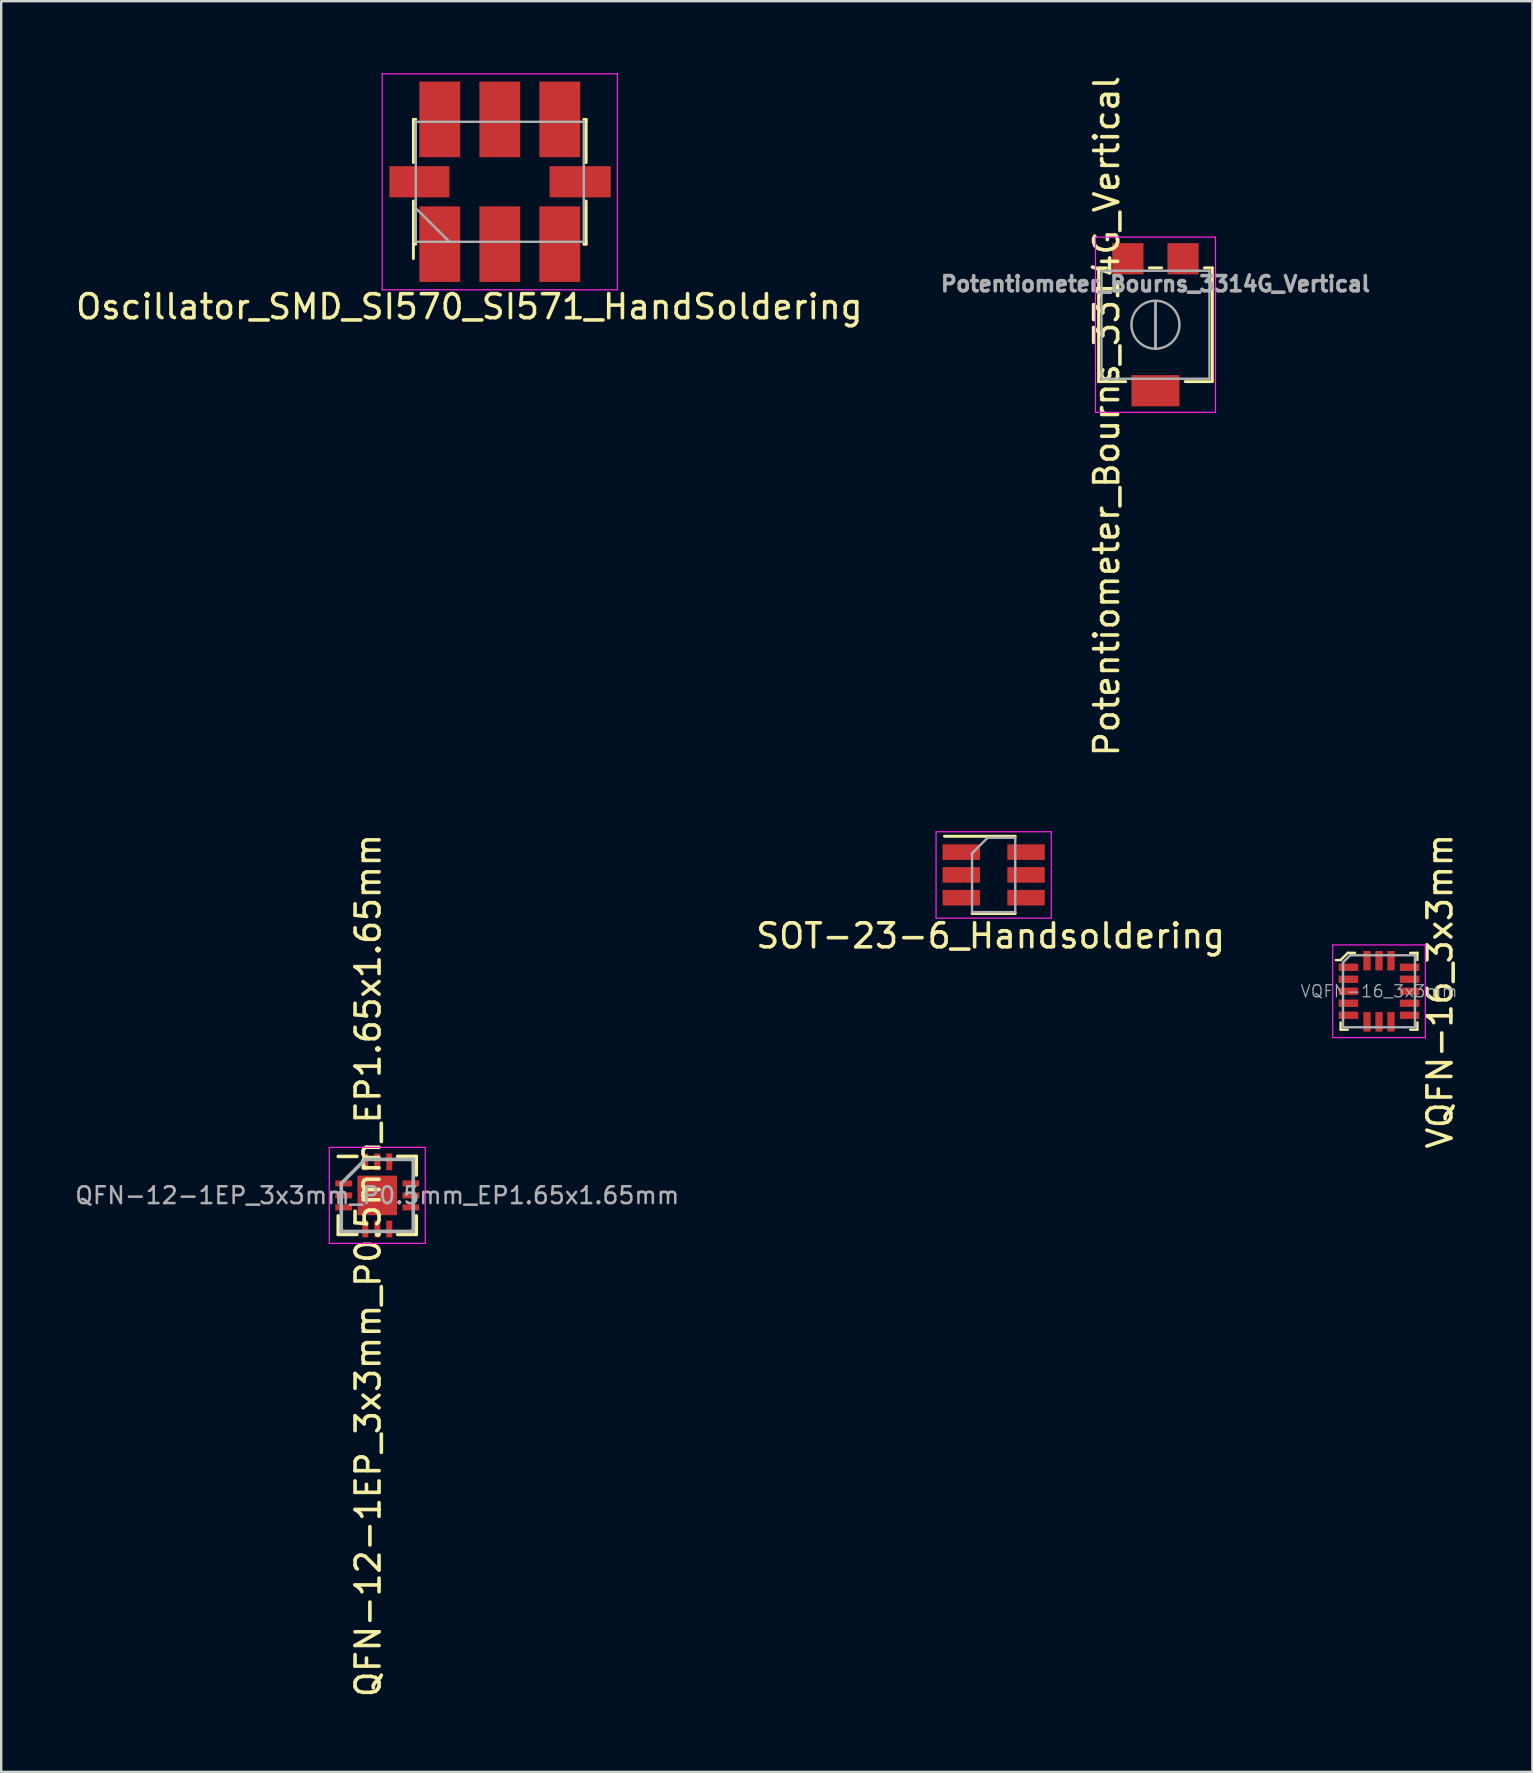
<source format=kicad_pcb>
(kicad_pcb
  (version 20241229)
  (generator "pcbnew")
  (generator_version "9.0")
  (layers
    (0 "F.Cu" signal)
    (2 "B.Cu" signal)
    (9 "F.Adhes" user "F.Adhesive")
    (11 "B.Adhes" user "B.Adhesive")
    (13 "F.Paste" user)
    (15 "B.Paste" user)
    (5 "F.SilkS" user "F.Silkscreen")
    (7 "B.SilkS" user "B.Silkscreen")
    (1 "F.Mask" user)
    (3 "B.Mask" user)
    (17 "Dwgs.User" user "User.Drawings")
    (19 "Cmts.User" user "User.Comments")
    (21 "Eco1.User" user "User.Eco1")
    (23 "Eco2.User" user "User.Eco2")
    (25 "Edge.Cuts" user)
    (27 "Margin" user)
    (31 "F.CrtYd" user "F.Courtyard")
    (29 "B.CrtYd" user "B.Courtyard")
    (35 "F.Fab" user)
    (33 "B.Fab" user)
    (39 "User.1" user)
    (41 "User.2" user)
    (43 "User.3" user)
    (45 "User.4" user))
  (footprint "Oscillator_SMD_SI570_SI571_HandSoldering"
    (layer "F.Cu")
    (at 17.776 4.525)
    (property "Reference" "Oscillator_SMD_SI570_SI571_HandSoldering" (at -1.27 5.207 0) (layer "F.SilkS") (effects (font (size 1 1) (thickness 0.15))))
    (attr smd)
    (fp_line (start -3.6 -2.6) (end -3.5 -2.6) (stroke (width 0.12) (type solid)) (layer "F.SilkS"))
    (fp_line (start -3.6 -2.5) (end -3.6 -2.6) (stroke (width 0.12) (type solid)) (layer "F.SilkS"))
    (fp_line (start -3.6 -2.5) (end -3.6 -0.8) (stroke (width 0.12) (type solid)) (layer "F.SilkS"))
    (fp_line (start -3.6 0.8) (end -3.6 3.2) (stroke (width 0.12) (type solid)) (layer "F.SilkS"))
    (fp_line (start -3.6 2.6) (end -3.5 2.6) (stroke (width 0.12) (type solid)) (layer "F.SilkS"))
    (fp_line (start 3.6 -2.6) (end 3.5 -2.6) (stroke (width 0.12) (type solid)) (layer "F.SilkS"))
    (fp_line (start 3.6 -2.5) (end 3.6 -2.6) (stroke (width 0.12) (type solid)) (layer "F.SilkS"))
    (fp_line (start 3.6 -0.8) (end 3.6 -2.5) (stroke (width 0.12) (type solid)) (layer "F.SilkS"))
    (fp_line (start 3.6 2.5) (end 3.6 0.8) (stroke (width 0.12) (type solid)) (layer "F.SilkS"))
    (fp_line (start 3.6 2.5) (end 3.6 2.6) (stroke (width 0.12) (type solid)) (layer "F.SilkS"))
    (fp_line (start 3.6 2.6) (end 3.5 2.6) (stroke (width 0.12) (type solid)) (layer "F.SilkS"))
    (fp_line (start -4.9 -4.5) (end 4.9 -4.5) (stroke (width 0.05) (type solid)) (layer "F.CrtYd"))
    (fp_line (start -4.9 4.5) (end -4.9 -4.5) (stroke (width 0.05) (type solid)) (layer "F.CrtYd"))
    (fp_line (start 4.9 -4.5) (end 4.9 4.5) (stroke (width 0.05) (type solid)) (layer "F.CrtYd"))
    (fp_line (start 4.9 4.5) (end -4.9 4.5) (stroke (width 0.05) (type solid)) (layer "F.CrtYd"))
    (fp_line (start -3.5 -2.5) (end -3.5 2.5) (stroke (width 0.1) (type solid)) (layer "F.Fab"))
    (fp_line (start -3.5 1.1) (end -2.1 2.5) (stroke (width 0.1) (type solid)) (layer "F.Fab"))
    (fp_line (start -3.5 2.5) (end 3.5 2.5) (stroke (width 0.1) (type solid)) (layer "F.Fab"))
    (fp_line (start 3.5 -2.5) (end -3.5 -2.5) (stroke (width 0.1) (type solid)) (layer "F.Fab"))
    (fp_line (start 3.5 2.5) (end 3.5 -2.5) (stroke (width 0.1) (type solid)) (layer "F.Fab"))
    (pad "1" smd rect (at -2.5 2.6) (size 1.7 3.15) (layers "F.Cu" "F.Mask" "F.Paste"))
    (pad "2" smd rect (at 0 2.6) (size 1.7 3.15) (layers "F.Cu" "F.Mask" "F.Paste"))
    (pad "3" smd rect (at 2.5 2.6) (size 1.7 3.15) (layers "F.Cu" "F.Mask" "F.Paste"))
    (pad "4" smd rect (at 2.5 -2.6) (size 1.7 3.15) (layers "F.Cu" "F.Mask" "F.Paste"))
    (pad "5" smd rect (at 0 -2.6) (size 1.7 3.15) (layers "F.Cu" "F.Mask" "F.Paste"))
    (pad "6" smd rect (at -2.5 -2.6) (size 1.7 3.15) (layers "F.Cu" "F.Mask" "F.Paste"))
    (pad "7" smd rect (at -3.35 0) (size 2.5 1.3) (layers "F.Cu" "F.Mask" "F.Paste"))
    (pad "8" smd rect (at 3.35 0) (size 2.55 1.3) (layers "F.Cu" "F.Mask" "F.Paste")))
  (footprint "VQFN-16_3x3mm"
    (layer "F.Cu")
    (at 54.414 38.256)
    (property "Reference" "VQFN-16_3x3mm" (at 2.54 0 90) (layer "F.SilkS") (effects (font (size 1 1) (thickness 0.15))))
    (attr through_hole)
    (fp_line (start -1.6 -1.3) (end -1.8 -1.3) (stroke (width 0.1) (type solid)) (layer "F.SilkS"))
    (fp_line (start -1.6 1.6) (end -1.6 1.3) (stroke (width 0.1) (type solid)) (layer "F.SilkS"))
    (fp_line (start -1.6 1.6) (end -1.3 1.6) (stroke (width 0.1) (type solid)) (layer "F.SilkS"))
    (fp_line (start -1.3 -1.6) (end -1.6 -1.3) (stroke (width 0.1) (type solid)) (layer "F.SilkS"))
    (fp_line (start -1 -1.6) (end -1.3 -1.6) (stroke (width 0.1) (type solid)) (layer "F.SilkS"))
    (fp_line (start 1.6 -1.6) (end 1.3 -1.6) (stroke (width 0.1) (type solid)) (layer "F.SilkS"))
    (fp_line (start 1.6 -1.6) (end 1.6 -1.3) (stroke (width 0.1) (type solid)) (layer "F.SilkS"))
    (fp_line (start 1.6 1.6) (end 1.3 1.6) (stroke (width 0.1) (type solid)) (layer "F.SilkS"))
    (fp_line (start 1.6 1.6) (end 1.6 1.3) (stroke (width 0.1) (type solid)) (layer "F.SilkS"))
    (fp_line (start -1.93 -1.93) (end -1.93 1.93) (stroke (width 0.05) (type solid)) (layer "F.CrtYd"))
    (fp_line (start -1.93 -1.93) (end 1.93 -1.93) (stroke (width 0.05) (type solid)) (layer "F.CrtYd"))
    (fp_line (start -1.93 1.93) (end 1.93 1.93) (stroke (width 0.05) (type solid)) (layer "F.CrtYd"))
    (fp_line (start 1.93 -1.93) (end 1.93 1.93) (stroke (width 0.05) (type solid)) (layer "F.CrtYd"))
    (fp_line (start -1.5 -1.2) (end -1.5 1.5) (stroke (width 0.1) (type solid)) (layer "F.Fab"))
    (fp_line (start -1.5 -1.2) (end -1.2 -1.5) (stroke (width 0.1) (type solid)) (layer "F.Fab"))
    (fp_line (start -1.2 -1.5) (end 1.5 -1.5) (stroke (width 0.1) (type solid)) (layer "F.Fab"))
    (fp_line (start 1.5 1.5) (end -1.5 1.5) (stroke (width 0.1) (type solid)) (layer "F.Fab"))
    (fp_line (start 1.5 1.5) (end 1.5 -1.5) (stroke (width 0.1) (type solid)) (layer "F.Fab"))
    (fp_text user "${REFERENCE}" (at 0 0 0) (layer "F.Fab") (effects (font (size 0.5 0.5) (thickness 0.05))))
    (pad "1" smd rect (at -1.275 -1) (size 0.813 0.305) (layers "F.Cu" "F.Mask" "F.Paste"))
    (pad "2" smd rect (at -1.275 -0.5) (size 0.813 0.305) (layers "F.Cu" "F.Mask" "F.Paste"))
    (pad "3" smd rect (at -1.275 0) (size 0.813 0.305) (layers "F.Cu" "F.Mask" "F.Paste"))
    (pad "4" smd rect (at -1.275 0.5) (size 0.813 0.305) (layers "F.Cu" "F.Mask" "F.Paste"))
    (pad "5" smd rect (at -1.275 1) (size 0.813 0.305) (layers "F.Cu" "F.Mask" "F.Paste"))
    (pad "6" smd rect (at -0.5 1.275) (size 0.305 0.813) (layers "F.Cu" "F.Mask" "F.Paste"))
    (pad "7" smd rect (at 0 1.275) (size 0.305 0.813) (layers "F.Cu" "F.Mask" "F.Paste"))
    (pad "8" smd rect (at 0.5 1.275) (size 0.305 0.813) (layers "F.Cu" "F.Mask" "F.Paste"))
    (pad "9" smd rect (at 1.275 1) (size 0.813 0.305) (layers "F.Cu" "F.Mask" "F.Paste"))
    (pad "10" smd rect (at 1.275 0.5) (size 0.813 0.305) (layers "F.Cu" "F.Mask" "F.Paste"))
    (pad "11" smd rect (at 1.275 0) (size 0.813 0.305) (layers "F.Cu" "F.Mask" "F.Paste"))
    (pad "12" smd rect (at 1.275 -0.5) (size 0.813 0.305) (layers "F.Cu" "F.Mask" "F.Paste"))
    (pad "13" smd rect (at 1.275 -1) (size 0.813 0.305) (layers "F.Cu" "F.Mask" "F.Paste"))
    (pad "14" smd rect (at 0.5 -1.275) (size 0.305 0.813) (layers "F.Cu" "F.Mask" "F.Paste"))
    (pad "15" smd rect (at 0 -1.275) (size 0.305 0.813) (layers "F.Cu" "F.Mask" "F.Paste"))
    (pad "16" smd rect (at -0.5 -1.275) (size 0.305 0.813) (layers "F.Cu" "F.Mask" "F.Paste")))
  (footprint "QFN-12-1EP_3x3mm_P0.5mm_EP1.65x1.65mm"
    (layer "F.Cu")
    (at 12.671 46.764)
    (property "Reference" "QFN-12-1EP_3x3mm_P0.5mm_EP1.65x1.65mm" (at -0.381 2.921 90) (layer "F.SilkS") (effects (font (size 1 1) (thickness 0.15))))
    (attr smd)
    (fp_line (start -1.625 -1.625) (end -0.85 -1.625) (stroke (width 0.15) (type solid)) (layer "F.SilkS"))
    (fp_line (start -1.625 1.625) (end -1.625 0.85) (stroke (width 0.15) (type solid)) (layer "F.SilkS"))
    (fp_line (start -1.625 1.625) (end -0.85 1.625) (stroke (width 0.15) (type solid)) (layer "F.SilkS"))
    (fp_line (start 1.625 -1.625) (end 0.85 -1.625) (stroke (width 0.15) (type solid)) (layer "F.SilkS"))
    (fp_line (start 1.625 -1.625) (end 1.625 -0.85) (stroke (width 0.15) (type solid)) (layer "F.SilkS"))
    (fp_line (start 1.625 1.625) (end 0.85 1.625) (stroke (width 0.15) (type solid)) (layer "F.SilkS"))
    (fp_line (start 1.625 1.625) (end 1.625 0.85) (stroke (width 0.15) (type solid)) (layer "F.SilkS"))
    (fp_line (start -2 -2) (end -2 2) (stroke (width 0.05) (type solid)) (layer "F.CrtYd"))
    (fp_line (start -2 -2) (end 2 -2) (stroke (width 0.05) (type solid)) (layer "F.CrtYd"))
    (fp_line (start -2 2) (end 2 2) (stroke (width 0.05) (type solid)) (layer "F.CrtYd"))
    (fp_line (start 2 -2) (end 2 2) (stroke (width 0.05) (type solid)) (layer "F.CrtYd"))
    (fp_line (start -1.5 -0.5) (end -0.5 -1.5) (stroke (width 0.15) (type solid)) (layer "F.Fab"))
    (fp_line (start -1.5 1.5) (end -1.5 -0.5) (stroke (width 0.15) (type solid)) (layer "F.Fab"))
    (fp_line (start -0.5 -1.5) (end 1.5 -1.5) (stroke (width 0.15) (type solid)) (layer "F.Fab"))
    (fp_line (start 1.5 -1.5) (end 1.5 1.5) (stroke (width 0.15) (type solid)) (layer "F.Fab"))
    (fp_line (start 1.5 1.5) (end -1.5 1.5) (stroke (width 0.15) (type solid)) (layer "F.Fab"))
    (fp_text user "${REFERENCE}" (at 0 0 0) (layer "F.Fab") (effects (font (size 0.7 0.7) (thickness 0.105))))
    (pad "" smd rect (at -0.412 -0.412) (size 0.67 0.67) (layers "F.Paste"))
    (pad "" smd rect (at -0.412 0.412) (size 0.67 0.67) (layers "F.Paste"))
    (pad "" smd rect (at 0.412 -0.412) (size 0.67 0.67) (layers "F.Paste"))
    (pad "" smd rect (at 0.412 0.412) (size 0.67 0.67) (layers "F.Paste"))
    (pad "1" smd rect (at -1.4 -0.5) (size 0.7 0.25) (layers "F.Cu" "F.Mask" "F.Paste"))
    (pad "2" smd rect (at -1.4 0) (size 0.7 0.25) (layers "F.Cu" "F.Mask" "F.Paste"))
    (pad "3" smd rect (at -1.4 0.5) (size 0.7 0.25) (layers "F.Cu" "F.Mask" "F.Paste"))
    (pad "4" smd rect (at -0.5 1.4 90) (size 0.7 0.25) (layers "F.Cu" "F.Mask" "F.Paste"))
    (pad "5" smd rect (at 0 1.4 90) (size 0.7 0.25) (layers "F.Cu" "F.Mask" "F.Paste"))
    (pad "6" smd rect (at 0.5 1.4 90) (size 0.7 0.25) (layers "F.Cu" "F.Mask" "F.Paste"))
    (pad "7" smd rect (at 1.4 0.5) (size 0.7 0.25) (layers "F.Cu" "F.Mask" "F.Paste"))
    (pad "8" smd rect (at 1.4 0) (size 0.7 0.25) (layers "F.Cu" "F.Mask" "F.Paste"))
    (pad "9" smd rect (at 1.4 -0.5) (size 0.7 0.25) (layers "F.Cu" "F.Mask" "F.Paste"))
    (pad "10" smd rect (at 0.5 -1.4 90) (size 0.7 0.25) (layers "F.Cu" "F.Mask" "F.Paste"))
    (pad "11" smd rect (at 0 -1.4 90) (size 0.7 0.25) (layers "F.Cu" "F.Mask" "F.Paste"))
    (pad "12" smd rect (at -0.5 -1.4 90) (size 0.7 0.25) (layers "F.Cu" "F.Mask" "F.Paste"))
    (pad "13" smd rect (at 0 0) (size 1.65 1.65) (layers "F.Cu" "F.Mask")))
  (footprint "Potentiometer_Bourns_3314G_Vertical"
    (layer "F.Cu")
    (at 45.099 10.482)
    (property "Reference" "Potentiometer_Bourns_3314G_Vertical" (at -2.032 3.81 90) (layer "F.SilkS") (effects (font (size 1 1) (thickness 0.15))))
    (attr smd)
    (fp_line (start -2.37 -2.37) (end -2.37 2.37) (stroke (width 0.12) (type solid)) (layer "F.SilkS"))
    (fp_line (start -2.37 -2.37) (end -2.039 -2.37) (stroke (width 0.12) (type solid)) (layer "F.SilkS"))
    (fp_line (start -2.37 2.37) (end -1.24 2.37) (stroke (width 0.12) (type solid)) (layer "F.SilkS"))
    (fp_line (start -0.259 -2.37) (end 0.26 -2.37) (stroke (width 0.12) (type solid)) (layer "F.SilkS"))
    (fp_line (start 1.24 2.37) (end 2.37 2.37) (stroke (width 0.12) (type solid)) (layer "F.SilkS"))
    (fp_line (start 2.04 -2.37) (end 2.37 -2.37) (stroke (width 0.12) (type solid)) (layer "F.SilkS"))
    (fp_line (start 2.37 -2.37) (end 2.37 2.37) (stroke (width 0.12) (type solid)) (layer "F.SilkS"))
    (fp_line (start -2.5 -3.65) (end -2.5 3.65) (stroke (width 0.05) (type solid)) (layer "F.CrtYd"))
    (fp_line (start -2.5 3.65) (end 2.5 3.65) (stroke (width 0.05) (type solid)) (layer "F.CrtYd"))
    (fp_line (start 2.5 -3.65) (end -2.5 -3.65) (stroke (width 0.05) (type solid)) (layer "F.CrtYd"))
    (fp_line (start 2.5 3.65) (end 2.5 -3.65) (stroke (width 0.05) (type solid)) (layer "F.CrtYd"))
    (fp_line (start -2.25 -2.25) (end -2.25 2.25) (stroke (width 0.1) (type solid)) (layer "F.Fab"))
    (fp_line (start -2.25 2.25) (end 2.25 2.25) (stroke (width 0.1) (type solid)) (layer "F.Fab"))
    (fp_line (start 0 0.99) (end 0.001 -0.989) (stroke (width 0.1) (type solid)) (layer "F.Fab"))
    (fp_line (start 0 0.99) (end 0.001 -0.989) (stroke (width 0.1) (type solid)) (layer "F.Fab"))
    (fp_line (start 2.25 -2.25) (end -2.25 -2.25) (stroke (width 0.1) (type solid)) (layer "F.Fab"))
    (fp_line (start 2.25 2.25) (end 2.25 -2.25) (stroke (width 0.1) (type solid)) (layer "F.Fab"))
    (fp_circle (center 0 0) (end 1 0) (stroke (width 0.1) (type solid)) (fill no) (layer "F.Fab"))
    (fp_text user "${REFERENCE}" (at 0 -1.7 0) (layer "F.Fab") (effects (font (size 0.63 0.63) (thickness 0.15))))
    (pad "1" smd rect (at 1.15 -2.75) (size 1.3 1.3) (layers "F.Cu" "F.Mask" "F.Paste"))
    (pad "2" smd rect (at 0 2.75) (size 2 1.3) (layers "F.Cu" "F.Mask" "F.Paste"))
    (pad "3" smd rect (at -1.15 -2.75) (size 1.3 1.3) (layers "F.Cu" "F.Mask" "F.Paste")))
  (footprint "SOT-23-6_Handsoldering"
    (layer "F.Cu")
    (at 38.356 33.408)
    (property "Reference" "SOT-23-6_Handsoldering" (at -0.127 2.54 180) (layer "F.SilkS") (effects (font (size 1 1) (thickness 0.15))))
    (attr smd)
    (fp_line (start -0.9 1.61) (end 0.9 1.61) (stroke (width 0.12) (type solid)) (layer "F.SilkS"))
    (fp_line (start 0.9 -1.61) (end -2.05 -1.61) (stroke (width 0.12) (type solid)) (layer "F.SilkS"))
    (fp_line (start -2.4 -1.8) (end 2.4 -1.8) (stroke (width 0.05) (type solid)) (layer "F.CrtYd"))
    (fp_line (start -2.4 1.8) (end -2.4 -1.8) (stroke (width 0.05) (type solid)) (layer "F.CrtYd"))
    (fp_line (start 2.4 -1.8) (end 2.4 1.8) (stroke (width 0.05) (type solid)) (layer "F.CrtYd"))
    (fp_line (start 2.4 1.8) (end -2.4 1.8) (stroke (width 0.05) (type solid)) (layer "F.CrtYd"))
    (fp_line (start -0.9 -0.9) (end -0.9 1.55) (stroke (width 0.1) (type solid)) (layer "F.Fab"))
    (fp_line (start -0.9 -0.9) (end -0.25 -1.55) (stroke (width 0.1) (type solid)) (layer "F.Fab"))
    (fp_line (start 0.9 -1.55) (end -0.25 -1.55) (stroke (width 0.1) (type solid)) (layer "F.Fab"))
    (fp_line (start 0.9 -1.55) (end 0.9 1.55) (stroke (width 0.1) (type solid)) (layer "F.Fab"))
    (fp_line (start 0.9 1.55) (end -0.9 1.55) (stroke (width 0.1) (type solid)) (layer "F.Fab"))
    (pad "1" smd rect (at -1.35 -0.95) (size 1.56 0.65) (layers "F.Cu" "F.Mask" "F.Paste"))
    (pad "2" smd rect (at -1.35 0) (size 1.56 0.65) (layers "F.Cu" "F.Mask" "F.Paste"))
    (pad "3" smd rect (at -1.35 0.95) (size 1.56 0.65) (layers "F.Cu" "F.Mask" "F.Paste"))
    (pad "4" smd rect (at 1.35 0.95) (size 1.56 0.65) (layers "F.Cu" "F.Mask" "F.Paste"))
    (pad "5" smd rect (at 1.35 0) (size 1.56 0.65) (layers "F.Cu" "F.Mask" "F.Paste"))
    (pad "6" smd rect (at 1.35 -0.95) (size 1.56 0.65) (layers "F.Cu" "F.Mask" "F.Paste")))
  (gr_rect
    (start -3 -3)
    (end 60.803 70.786)
    (stroke (width 0.1) (type default))
    (fill no)
    (layer "Edge.Cuts")))
</source>
